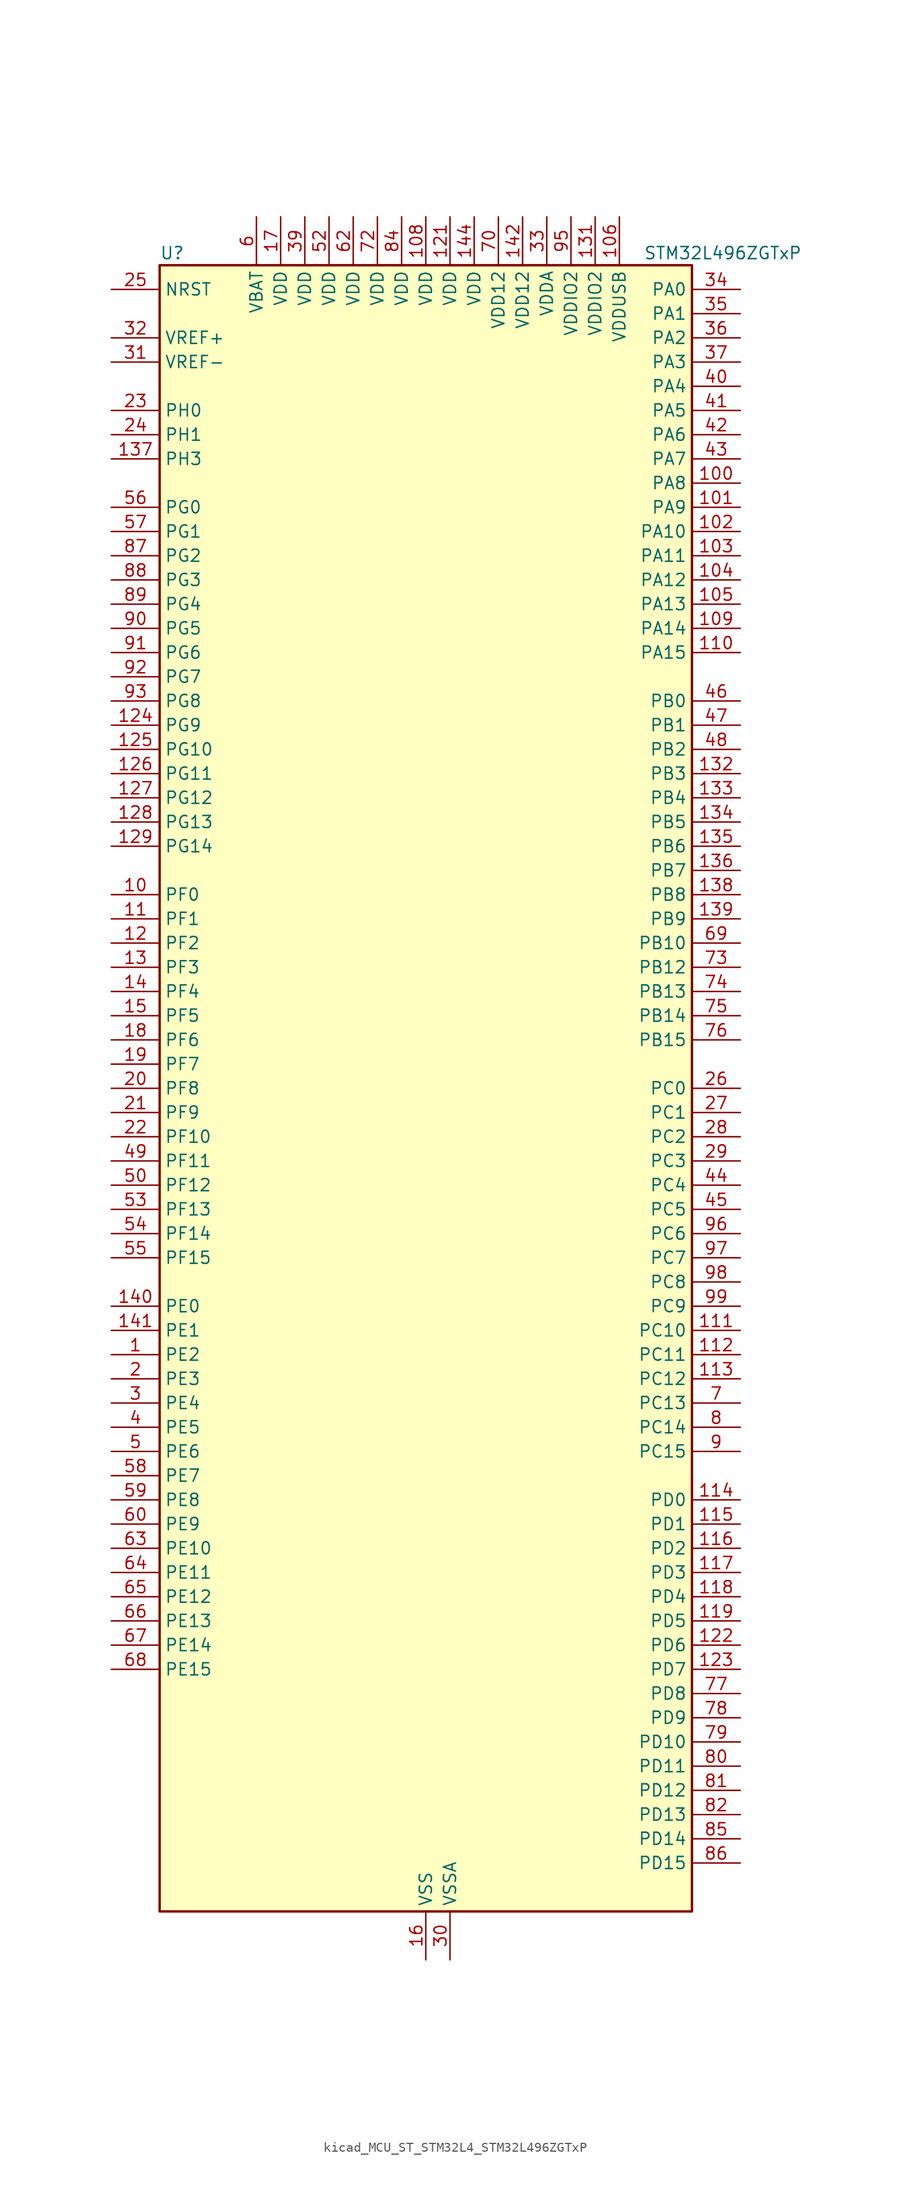
<source format=kicad_sym>
(kicad_symbol_lib
  (version 20220914)
  (generator kicad_symbol_editor)
  (symbol "kicad_MCU_ST_STM32L4_STM32L496ZGTxP"
    (property "Reference" "U"
      (at -27.94 87.63 0)
      (effects (font (size 1.27 1.27)) (justify left)))
    (property "Value" "STM32L496ZGTxP"
      (at 22.86 87.63 0)
      (effects (font (size 1.27 1.27)) (justify left)))
    (property "ki_locked" ""
      (at 0 0 0)
      (effects (font (size 1.27 1.27))))
    (symbol "kicad_MCU_ST_STM32L4_STM32L496ZGTxP_0_1"
      (rectangle (start -27.94 -86.36) (end 27.94 86.36) (stroke (width 0.254) (type default)) (fill (type background))))
    (symbol "kicad_MCU_ST_STM32L4_STM32L496ZGTxP_1_1"
      (pin bidirectional line (at -33.02 -27.94 0) (length 5.08) (name "PE2" (effects (font (size 1.27 1.27)))) (number "1" (effects (font (size 1.27 1.27)))) (alternate "FMC_A23" bidirectional line) (alternate "LCD_SEG38" bidirectional line) (alternate "SAI1_MCLK_A" bidirectional line) (alternate "SYS_TRACECLK" bidirectional line) (alternate "TIM3_ETR" bidirectional line) (alternate "TSC_G7_IO1" bidirectional line))
      (pin bidirectional line (at -33.02 20.32 0) (length 5.08) (name "PF0" (effects (font (size 1.27 1.27)))) (number "10" (effects (font (size 1.27 1.27)))) (alternate "FMC_A0" bidirectional line) (alternate "I2C2_SDA" bidirectional line))
      (pin bidirectional line (at 33.02 63.5 180) (length 5.08) (name "PA8" (effects (font (size 1.27 1.27)))) (number "100" (effects (font (size 1.27 1.27)))) (alternate "LCD_COM0" bidirectional line) (alternate "LPTIM2_OUT" bidirectional line) (alternate "RCC_MCO" bidirectional line) (alternate "SAI1_SCK_A" bidirectional line) (alternate "SWPMI1_IO" bidirectional line) (alternate "TIM1_CH1" bidirectional line) (alternate "USART1_CK" bidirectional line) (alternate "USB_OTG_FS_SOF" bidirectional line))
      (pin bidirectional line (at 33.02 60.96 180) (length 5.08) (name "PA9" (effects (font (size 1.27 1.27)))) (number "101" (effects (font (size 1.27 1.27)))) (alternate "DAC1_EXTI9" bidirectional line) (alternate "DCMI_D0" bidirectional line) (alternate "LCD_COM1" bidirectional line) (alternate "SAI1_FS_A" bidirectional line) (alternate "SPI2_SCK" bidirectional line) (alternate "TIM15_BKIN" bidirectional line) (alternate "TIM1_CH2" bidirectional line) (alternate "USART1_TX" bidirectional line) (alternate "USB_OTG_FS_VBUS" bidirectional line))
      (pin bidirectional line (at 33.02 58.42 180) (length 5.08) (name "PA10" (effects (font (size 1.27 1.27)))) (number "102" (effects (font (size 1.27 1.27)))) (alternate "DCMI_D1" bidirectional line) (alternate "LCD_COM2" bidirectional line) (alternate "SAI1_SD_A" bidirectional line) (alternate "TIM17_BKIN" bidirectional line) (alternate "TIM1_CH3" bidirectional line) (alternate "USART1_RX" bidirectional line) (alternate "USB_OTG_FS_ID" bidirectional line))
      (pin bidirectional line (at 33.02 55.88 180) (length 5.08) (name "PA11" (effects (font (size 1.27 1.27)))) (number "103" (effects (font (size 1.27 1.27)))) (alternate "ADC1_EXTI11" bidirectional line) (alternate "ADC2_EXTI11" bidirectional line) (alternate "ADC3_EXTI11" bidirectional line) (alternate "CAN1_RX" bidirectional line) (alternate "SPI1_MISO" bidirectional line) (alternate "TIM1_BKIN2" bidirectional line) (alternate "TIM1_BKIN2_COMP1" bidirectional line) (alternate "TIM1_CH4" bidirectional line) (alternate "USART1_CTS" bidirectional line) (alternate "USB_OTG_FS_DM" bidirectional line))
      (pin bidirectional line (at 33.02 53.34 180) (length 5.08) (name "PA12" (effects (font (size 1.27 1.27)))) (number "104" (effects (font (size 1.27 1.27)))) (alternate "CAN1_TX" bidirectional line) (alternate "SPI1_MOSI" bidirectional line) (alternate "TIM1_ETR" bidirectional line) (alternate "USART1_DE" bidirectional line) (alternate "USART1_RTS" bidirectional line) (alternate "USB_OTG_FS_DP" bidirectional line))
      (pin bidirectional line (at 33.02 50.8 180) (length 5.08) (name "PA13" (effects (font (size 1.27 1.27)))) (number "105" (effects (font (size 1.27 1.27)))) (alternate "IR_OUT" bidirectional line) (alternate "SAI1_SD_B" bidirectional line) (alternate "SWPMI1_TX" bidirectional line) (alternate "SYS_JTMS-SWDIO" bidirectional line) (alternate "USB_OTG_FS_NOE" bidirectional line))
      (pin power_in line (at 20.32 91.44 270) (length 5.08) (name "VDDUSB" (effects (font (size 1.27 1.27)))) (number "106" (effects (font (size 1.27 1.27)))))
      (pin passive line (at 0 -91.44 90) (length 5.08) hide (name "VSS" (effects (font (size 1.27 1.27)))) (number "107" (effects (font (size 1.27 1.27)))))
      (pin power_in line (at 0 91.44 270) (length 5.08) (name "VDD" (effects (font (size 1.27 1.27)))) (number "108" (effects (font (size 1.27 1.27)))))
      (pin bidirectional line (at 33.02 48.26 180) (length 5.08) (name "PA14" (effects (font (size 1.27 1.27)))) (number "109" (effects (font (size 1.27 1.27)))) (alternate "I2C1_SMBA" bidirectional line) (alternate "I2C4_SMBA" bidirectional line) (alternate "LPTIM1_OUT" bidirectional line) (alternate "SAI1_FS_B" bidirectional line) (alternate "SWPMI1_RX" bidirectional line) (alternate "SYS_JTCK-SWCLK" bidirectional line) (alternate "USB_OTG_FS_SOF" bidirectional line))
      (pin bidirectional line (at -33.02 17.78 0) (length 5.08) (name "PF1" (effects (font (size 1.27 1.27)))) (number "11" (effects (font (size 1.27 1.27)))) (alternate "FMC_A1" bidirectional line) (alternate "I2C2_SCL" bidirectional line))
      (pin bidirectional line (at 33.02 45.72 180) (length 5.08) (name "PA15" (effects (font (size 1.27 1.27)))) (number "110" (effects (font (size 1.27 1.27)))) (alternate "ADC1_EXTI15" bidirectional line) (alternate "ADC2_EXTI15" bidirectional line) (alternate "ADC3_EXTI15" bidirectional line) (alternate "LCD_SEG17" bidirectional line) (alternate "SAI2_FS_B" bidirectional line) (alternate "SPI1_NSS" bidirectional line) (alternate "SPI3_NSS" bidirectional line) (alternate "SWPMI1_SUSPEND" bidirectional line) (alternate "SYS_JTDI" bidirectional line) (alternate "TIM2_CH1" bidirectional line) (alternate "TIM2_ETR" bidirectional line) (alternate "TSC_G3_IO1" bidirectional line) (alternate "UART4_DE" bidirectional line) (alternate "UART4_RTS" bidirectional line) (alternate "USART2_RX" bidirectional line) (alternate "USART3_DE" bidirectional line) (alternate "USART3_RTS" bidirectional line))
      (pin bidirectional line (at 33.02 -25.4 180) (length 5.08) (name "PC10" (effects (font (size 1.27 1.27)))) (number "111" (effects (font (size 1.27 1.27)))) (alternate "DCMI_D8" bidirectional line) (alternate "LCD_COM4" bidirectional line) (alternate "LCD_SEG28" bidirectional line) (alternate "LCD_SEG40" bidirectional line) (alternate "SAI2_SCK_B" bidirectional line) (alternate "SDMMC1_D2" bidirectional line) (alternate "SPI3_SCK" bidirectional line) (alternate "SYS_TRACED1" bidirectional line) (alternate "TSC_G3_IO2" bidirectional line) (alternate "UART4_TX" bidirectional line) (alternate "USART3_TX" bidirectional line))
      (pin bidirectional line (at 33.02 -27.94 180) (length 5.08) (name "PC11" (effects (font (size 1.27 1.27)))) (number "112" (effects (font (size 1.27 1.27)))) (alternate "ADC1_EXTI11" bidirectional line) (alternate "ADC2_EXTI11" bidirectional line) (alternate "ADC3_EXTI11" bidirectional line) (alternate "DCMI_D4" bidirectional line) (alternate "LCD_COM5" bidirectional line) (alternate "LCD_SEG29" bidirectional line) (alternate "LCD_SEG41" bidirectional line) (alternate "QUADSPI_BK2_NCS" bidirectional line) (alternate "SAI2_MCLK_B" bidirectional line) (alternate "SDMMC1_D3" bidirectional line) (alternate "SPI3_MISO" bidirectional line) (alternate "TSC_G3_IO3" bidirectional line) (alternate "UART4_RX" bidirectional line) (alternate "USART3_RX" bidirectional line))
      (pin bidirectional line (at 33.02 -30.48 180) (length 5.08) (name "PC12" (effects (font (size 1.27 1.27)))) (number "113" (effects (font (size 1.27 1.27)))) (alternate "DCMI_D9" bidirectional line) (alternate "LCD_COM6" bidirectional line) (alternate "LCD_SEG30" bidirectional line) (alternate "LCD_SEG42" bidirectional line) (alternate "SAI2_SD_B" bidirectional line) (alternate "SDMMC1_CK" bidirectional line) (alternate "SPI3_MOSI" bidirectional line) (alternate "SYS_TRACED3" bidirectional line) (alternate "TSC_G3_IO4" bidirectional line) (alternate "UART5_TX" bidirectional line) (alternate "USART3_CK" bidirectional line))
      (pin bidirectional line (at 33.02 -43.18 180) (length 5.08) (name "PD0" (effects (font (size 1.27 1.27)))) (number "114" (effects (font (size 1.27 1.27)))) (alternate "CAN1_RX" bidirectional line) (alternate "DFSDM1_DATIN7" bidirectional line) (alternate "FMC_D2" bidirectional line) (alternate "FMC_DA2" bidirectional line) (alternate "SPI2_NSS" bidirectional line))
      (pin bidirectional line (at 33.02 -45.72 180) (length 5.08) (name "PD1" (effects (font (size 1.27 1.27)))) (number "115" (effects (font (size 1.27 1.27)))) (alternate "CAN1_TX" bidirectional line) (alternate "DFSDM1_CKIN7" bidirectional line) (alternate "FMC_D3" bidirectional line) (alternate "FMC_DA3" bidirectional line) (alternate "SPI2_SCK" bidirectional line))
      (pin bidirectional line (at 33.02 -48.26 180) (length 5.08) (name "PD2" (effects (font (size 1.27 1.27)))) (number "116" (effects (font (size 1.27 1.27)))) (alternate "DCMI_D11" bidirectional line) (alternate "LCD_COM7" bidirectional line) (alternate "LCD_SEG31" bidirectional line) (alternate "LCD_SEG43" bidirectional line) (alternate "SDMMC1_CMD" bidirectional line) (alternate "SYS_TRACED2" bidirectional line) (alternate "TIM3_ETR" bidirectional line) (alternate "TSC_SYNC" bidirectional line) (alternate "UART5_RX" bidirectional line) (alternate "USART3_DE" bidirectional line) (alternate "USART3_RTS" bidirectional line))
      (pin bidirectional line (at 33.02 -50.8 180) (length 5.08) (name "PD3" (effects (font (size 1.27 1.27)))) (number "117" (effects (font (size 1.27 1.27)))) (alternate "DCMI_D5" bidirectional line) (alternate "DFSDM1_DATIN0" bidirectional line) (alternate "FMC_CLK" bidirectional line) (alternate "QUADSPI_BK2_NCS" bidirectional line) (alternate "SPI2_MISO" bidirectional line) (alternate "SPI2_SCK" bidirectional line) (alternate "USART2_CTS" bidirectional line))
      (pin bidirectional line (at 33.02 -53.34 180) (length 5.08) (name "PD4" (effects (font (size 1.27 1.27)))) (number "118" (effects (font (size 1.27 1.27)))) (alternate "DFSDM1_CKIN0" bidirectional line) (alternate "FMC_NOE" bidirectional line) (alternate "QUADSPI_BK2_IO0" bidirectional line) (alternate "SPI2_MOSI" bidirectional line) (alternate "USART2_DE" bidirectional line) (alternate "USART2_RTS" bidirectional line))
      (pin bidirectional line (at 33.02 -55.88 180) (length 5.08) (name "PD5" (effects (font (size 1.27 1.27)))) (number "119" (effects (font (size 1.27 1.27)))) (alternate "FMC_NWE" bidirectional line) (alternate "QUADSPI_BK2_IO1" bidirectional line) (alternate "USART2_TX" bidirectional line))
      (pin bidirectional line (at -33.02 15.24 0) (length 5.08) (name "PF2" (effects (font (size 1.27 1.27)))) (number "12" (effects (font (size 1.27 1.27)))) (alternate "FMC_A2" bidirectional line) (alternate "I2C2_SMBA" bidirectional line))
      (pin passive line (at 0 -91.44 90) (length 5.08) hide (name "VSS" (effects (font (size 1.27 1.27)))) (number "120" (effects (font (size 1.27 1.27)))))
      (pin power_in line (at 2.54 91.44 270) (length 5.08) (name "VDD" (effects (font (size 1.27 1.27)))) (number "121" (effects (font (size 1.27 1.27)))))
      (pin bidirectional line (at 33.02 -58.42 180) (length 5.08) (name "PD6" (effects (font (size 1.27 1.27)))) (number "122" (effects (font (size 1.27 1.27)))) (alternate "DCMI_D10" bidirectional line) (alternate "DFSDM1_DATIN1" bidirectional line) (alternate "FMC_NWAIT" bidirectional line) (alternate "QUADSPI_BK2_IO1" bidirectional line) (alternate "QUADSPI_BK2_IO2" bidirectional line) (alternate "SAI1_SD_A" bidirectional line) (alternate "USART2_RX" bidirectional line))
      (pin bidirectional line (at 33.02 -60.96 180) (length 5.08) (name "PD7" (effects (font (size 1.27 1.27)))) (number "123" (effects (font (size 1.27 1.27)))) (alternate "DFSDM1_CKIN1" bidirectional line) (alternate "FMC_NE1" bidirectional line) (alternate "QUADSPI_BK2_IO3" bidirectional line) (alternate "USART2_CK" bidirectional line))
      (pin bidirectional line (at -33.02 38.1 0) (length 5.08) (name "PG9" (effects (font (size 1.27 1.27)))) (number "124" (effects (font (size 1.27 1.27)))) (alternate "DAC1_EXTI9" bidirectional line) (alternate "FMC_NCE" bidirectional line) (alternate "FMC_NE2" bidirectional line) (alternate "SAI2_SCK_A" bidirectional line) (alternate "SPI3_SCK" bidirectional line) (alternate "TIM15_CH1N" bidirectional line) (alternate "USART1_TX" bidirectional line))
      (pin bidirectional line (at -33.02 35.56 0) (length 5.08) (name "PG10" (effects (font (size 1.27 1.27)))) (number "125" (effects (font (size 1.27 1.27)))) (alternate "FMC_NE3" bidirectional line) (alternate "LPTIM1_IN1" bidirectional line) (alternate "SAI2_FS_A" bidirectional line) (alternate "SPI3_MISO" bidirectional line) (alternate "TIM15_CH1" bidirectional line) (alternate "USART1_RX" bidirectional line))
      (pin bidirectional line (at -33.02 33.02 0) (length 5.08) (name "PG11" (effects (font (size 1.27 1.27)))) (number "126" (effects (font (size 1.27 1.27)))) (alternate "ADC1_EXTI11" bidirectional line) (alternate "ADC2_EXTI11" bidirectional line) (alternate "ADC3_EXTI11" bidirectional line) (alternate "LPTIM1_IN2" bidirectional line) (alternate "SAI2_MCLK_A" bidirectional line) (alternate "SPI3_MOSI" bidirectional line) (alternate "TIM15_CH2" bidirectional line) (alternate "USART1_CTS" bidirectional line))
      (pin bidirectional line (at -33.02 30.48 0) (length 5.08) (name "PG12" (effects (font (size 1.27 1.27)))) (number "127" (effects (font (size 1.27 1.27)))) (alternate "FMC_NE4" bidirectional line) (alternate "LPTIM1_ETR" bidirectional line) (alternate "SAI2_SD_A" bidirectional line) (alternate "SPI3_NSS" bidirectional line) (alternate "USART1_DE" bidirectional line) (alternate "USART1_RTS" bidirectional line))
      (pin bidirectional line (at -33.02 27.94 0) (length 5.08) (name "PG13" (effects (font (size 1.27 1.27)))) (number "128" (effects (font (size 1.27 1.27)))) (alternate "FMC_A24" bidirectional line) (alternate "I2C1_SDA" bidirectional line) (alternate "USART1_CK" bidirectional line))
      (pin bidirectional line (at -33.02 25.4 0) (length 5.08) (name "PG14" (effects (font (size 1.27 1.27)))) (number "129" (effects (font (size 1.27 1.27)))) (alternate "FMC_A25" bidirectional line) (alternate "I2C1_SCL" bidirectional line))
      (pin bidirectional line (at -33.02 12.7 0) (length 5.08) (name "PF3" (effects (font (size 1.27 1.27)))) (number "13" (effects (font (size 1.27 1.27)))) (alternate "ADC3_IN6" bidirectional line) (alternate "FMC_A3" bidirectional line))
      (pin passive line (at 0 -91.44 90) (length 5.08) hide (name "VSS" (effects (font (size 1.27 1.27)))) (number "130" (effects (font (size 1.27 1.27)))))
      (pin power_in line (at 17.78 91.44 270) (length 5.08) (name "VDDIO2" (effects (font (size 1.27 1.27)))) (number "131" (effects (font (size 1.27 1.27)))))
      (pin bidirectional line (at 33.02 33.02 180) (length 5.08) (name "PB3" (effects (font (size 1.27 1.27)))) (number "132" (effects (font (size 1.27 1.27)))) (alternate "COMP2_INM" bidirectional line) (alternate "CRS_SYNC" bidirectional line) (alternate "LCD_SEG7" bidirectional line) (alternate "SAI1_SCK_B" bidirectional line) (alternate "SPI1_SCK" bidirectional line) (alternate "SPI3_SCK" bidirectional line) (alternate "SYS_JTDO-SWO" bidirectional line) (alternate "TIM2_CH2" bidirectional line) (alternate "USART1_DE" bidirectional line) (alternate "USART1_RTS" bidirectional line))
      (pin bidirectional line (at 33.02 30.48 180) (length 5.08) (name "PB4" (effects (font (size 1.27 1.27)))) (number "133" (effects (font (size 1.27 1.27)))) (alternate "COMP2_INP" bidirectional line) (alternate "DCMI_D12" bidirectional line) (alternate "I2C3_SDA" bidirectional line) (alternate "LCD_SEG8" bidirectional line) (alternate "SAI1_MCLK_B" bidirectional line) (alternate "SPI1_MISO" bidirectional line) (alternate "SPI3_MISO" bidirectional line) (alternate "SYS_JTRST" bidirectional line) (alternate "TIM17_BKIN" bidirectional line) (alternate "TIM3_CH1" bidirectional line) (alternate "TSC_G2_IO1" bidirectional line) (alternate "UART5_DE" bidirectional line) (alternate "UART5_RTS" bidirectional line) (alternate "USART1_CTS" bidirectional line))
      (pin bidirectional line (at 33.02 27.94 180) (length 5.08) (name "PB5" (effects (font (size 1.27 1.27)))) (number "134" (effects (font (size 1.27 1.27)))) (alternate "CAN2_RX" bidirectional line) (alternate "COMP2_OUT" bidirectional line) (alternate "DCMI_D10" bidirectional line) (alternate "I2C1_SMBA" bidirectional line) (alternate "LCD_SEG9" bidirectional line) (alternate "LPTIM1_IN1" bidirectional line) (alternate "SAI1_SD_B" bidirectional line) (alternate "SPI1_MOSI" bidirectional line) (alternate "SPI3_MOSI" bidirectional line) (alternate "TIM16_BKIN" bidirectional line) (alternate "TIM3_CH2" bidirectional line) (alternate "TSC_G2_IO2" bidirectional line) (alternate "UART5_CTS" bidirectional line) (alternate "USART1_CK" bidirectional line))
      (pin bidirectional line (at 33.02 25.4 180) (length 5.08) (name "PB6" (effects (font (size 1.27 1.27)))) (number "135" (effects (font (size 1.27 1.27)))) (alternate "CAN2_TX" bidirectional line) (alternate "COMP2_INP" bidirectional line) (alternate "DCMI_D5" bidirectional line) (alternate "DFSDM1_DATIN5" bidirectional line) (alternate "I2C1_SCL" bidirectional line) (alternate "I2C4_SCL" bidirectional line) (alternate "LPTIM1_ETR" bidirectional line) (alternate "SAI1_FS_B" bidirectional line) (alternate "TIM16_CH1N" bidirectional line) (alternate "TIM4_CH1" bidirectional line) (alternate "TIM8_BKIN2" bidirectional line) (alternate "TIM8_BKIN2_COMP2" bidirectional line) (alternate "TSC_G2_IO3" bidirectional line) (alternate "USART1_TX" bidirectional line))
      (pin bidirectional line (at 33.02 22.86 180) (length 5.08) (name "PB7" (effects (font (size 1.27 1.27)))) (number "136" (effects (font (size 1.27 1.27)))) (alternate "COMP2_INM" bidirectional line) (alternate "DCMI_VSYNC" bidirectional line) (alternate "DFSDM1_CKIN5" bidirectional line) (alternate "FMC_NL" bidirectional line) (alternate "I2C1_SDA" bidirectional line) (alternate "I2C4_SDA" bidirectional line) (alternate "LCD_SEG21" bidirectional line) (alternate "LPTIM1_IN2" bidirectional line) (alternate "SYS_PVD_IN" bidirectional line) (alternate "TIM17_CH1N" bidirectional line) (alternate "TIM4_CH2" bidirectional line) (alternate "TIM8_BKIN" bidirectional line) (alternate "TIM8_BKIN_COMP1" bidirectional line) (alternate "TSC_G2_IO4" bidirectional line) (alternate "UART4_CTS" bidirectional line) (alternate "USART1_RX" bidirectional line))
      (pin bidirectional line (at -33.02 66.04 0) (length 5.08) (name "PH3" (effects (font (size 1.27 1.27)))) (number "137" (effects (font (size 1.27 1.27)))))
      (pin bidirectional line (at 33.02 20.32 180) (length 5.08) (name "PB8" (effects (font (size 1.27 1.27)))) (number "138" (effects (font (size 1.27 1.27)))) (alternate "CAN1_RX" bidirectional line) (alternate "DCMI_D6" bidirectional line) (alternate "DFSDM1_DATIN6" bidirectional line) (alternate "I2C1_SCL" bidirectional line) (alternate "LCD_SEG16" bidirectional line) (alternate "SAI1_MCLK_A" bidirectional line) (alternate "SDMMC1_D4" bidirectional line) (alternate "TIM16_CH1" bidirectional line) (alternate "TIM4_CH3" bidirectional line))
      (pin bidirectional line (at 33.02 17.78 180) (length 5.08) (name "PB9" (effects (font (size 1.27 1.27)))) (number "139" (effects (font (size 1.27 1.27)))) (alternate "CAN1_TX" bidirectional line) (alternate "DAC1_EXTI9" bidirectional line) (alternate "DCMI_D7" bidirectional line) (alternate "DFSDM1_CKIN6" bidirectional line) (alternate "I2C1_SDA" bidirectional line) (alternate "IR_OUT" bidirectional line) (alternate "LCD_COM3" bidirectional line) (alternate "SAI1_FS_A" bidirectional line) (alternate "SDMMC1_D5" bidirectional line) (alternate "SPI2_NSS" bidirectional line) (alternate "TIM17_CH1" bidirectional line) (alternate "TIM4_CH4" bidirectional line))
      (pin bidirectional line (at -33.02 10.16 0) (length 5.08) (name "PF4" (effects (font (size 1.27 1.27)))) (number "14" (effects (font (size 1.27 1.27)))) (alternate "ADC3_IN7" bidirectional line) (alternate "FMC_A4" bidirectional line))
      (pin bidirectional line (at -33.02 -22.86 0) (length 5.08) (name "PE0" (effects (font (size 1.27 1.27)))) (number "140" (effects (font (size 1.27 1.27)))) (alternate "DCMI_D2" bidirectional line) (alternate "FMC_NBL0" bidirectional line) (alternate "LCD_SEG36" bidirectional line) (alternate "TIM16_CH1" bidirectional line) (alternate "TIM4_ETR" bidirectional line))
      (pin bidirectional line (at -33.02 -25.4 0) (length 5.08) (name "PE1" (effects (font (size 1.27 1.27)))) (number "141" (effects (font (size 1.27 1.27)))) (alternate "DCMI_D3" bidirectional line) (alternate "FMC_NBL1" bidirectional line) (alternate "LCD_SEG37" bidirectional line) (alternate "TIM17_CH1" bidirectional line))
      (pin power_in line (at 10.16 91.44 270) (length 5.08) (name "VDD12" (effects (font (size 1.27 1.27)))) (number "142" (effects (font (size 1.27 1.27)))))
      (pin passive line (at 0 -91.44 90) (length 5.08) hide (name "VSS" (effects (font (size 1.27 1.27)))) (number "143" (effects (font (size 1.27 1.27)))))
      (pin power_in line (at 5.08 91.44 270) (length 5.08) (name "VDD" (effects (font (size 1.27 1.27)))) (number "144" (effects (font (size 1.27 1.27)))))
      (pin bidirectional line (at -33.02 7.62 0) (length 5.08) (name "PF5" (effects (font (size 1.27 1.27)))) (number "15" (effects (font (size 1.27 1.27)))) (alternate "ADC3_IN8" bidirectional line) (alternate "FMC_A5" bidirectional line))
      (pin power_in line (at 0 -91.44 90) (length 5.08) (name "VSS" (effects (font (size 1.27 1.27)))) (number "16" (effects (font (size 1.27 1.27)))))
      (pin power_in line (at -15.24 91.44 270) (length 5.08) (name "VDD" (effects (font (size 1.27 1.27)))) (number "17" (effects (font (size 1.27 1.27)))))
      (pin bidirectional line (at -33.02 5.08 0) (length 5.08) (name "PF6" (effects (font (size 1.27 1.27)))) (number "18" (effects (font (size 1.27 1.27)))) (alternate "ADC3_IN9" bidirectional line) (alternate "QUADSPI_BK1_IO3" bidirectional line) (alternate "SAI1_SD_B" bidirectional line) (alternate "TIM5_CH1" bidirectional line) (alternate "TIM5_ETR" bidirectional line))
      (pin bidirectional line (at -33.02 2.54 0) (length 5.08) (name "PF7" (effects (font (size 1.27 1.27)))) (number "19" (effects (font (size 1.27 1.27)))) (alternate "ADC3_IN10" bidirectional line) (alternate "QUADSPI_BK1_IO2" bidirectional line) (alternate "SAI1_MCLK_B" bidirectional line) (alternate "TIM5_CH2" bidirectional line))
      (pin bidirectional line (at -33.02 -30.48 0) (length 5.08) (name "PE3" (effects (font (size 1.27 1.27)))) (number "2" (effects (font (size 1.27 1.27)))) (alternate "FMC_A19" bidirectional line) (alternate "LCD_SEG39" bidirectional line) (alternate "SAI1_SD_B" bidirectional line) (alternate "SYS_TRACED0" bidirectional line) (alternate "TIM3_CH1" bidirectional line) (alternate "TSC_G7_IO2" bidirectional line))
      (pin bidirectional line (at -33.02 0 0) (length 5.08) (name "PF8" (effects (font (size 1.27 1.27)))) (number "20" (effects (font (size 1.27 1.27)))) (alternate "ADC3_IN11" bidirectional line) (alternate "QUADSPI_BK1_IO0" bidirectional line) (alternate "SAI1_SCK_B" bidirectional line) (alternate "TIM5_CH3" bidirectional line))
      (pin bidirectional line (at -33.02 -2.54 0) (length 5.08) (name "PF9" (effects (font (size 1.27 1.27)))) (number "21" (effects (font (size 1.27 1.27)))) (alternate "ADC3_IN12" bidirectional line) (alternate "DAC1_EXTI9" bidirectional line) (alternate "QUADSPI_BK1_IO1" bidirectional line) (alternate "SAI1_FS_B" bidirectional line) (alternate "TIM15_CH1" bidirectional line) (alternate "TIM5_CH4" bidirectional line))
      (pin bidirectional line (at -33.02 -5.08 0) (length 5.08) (name "PF10" (effects (font (size 1.27 1.27)))) (number "22" (effects (font (size 1.27 1.27)))) (alternate "ADC3_IN13" bidirectional line) (alternate "DCMI_D11" bidirectional line) (alternate "QUADSPI_CLK" bidirectional line) (alternate "TIM15_CH2" bidirectional line))
      (pin bidirectional line (at -33.02 71.12 0) (length 5.08) (name "PH0" (effects (font (size 1.27 1.27)))) (number "23" (effects (font (size 1.27 1.27)))) (alternate "RCC_OSC_IN" bidirectional line))
      (pin bidirectional line (at -33.02 68.58 0) (length 5.08) (name "PH1" (effects (font (size 1.27 1.27)))) (number "24" (effects (font (size 1.27 1.27)))) (alternate "RCC_OSC_OUT" bidirectional line))
      (pin input line (at -33.02 83.82 0) (length 5.08) (name "NRST" (effects (font (size 1.27 1.27)))) (number "25" (effects (font (size 1.27 1.27)))))
      (pin bidirectional line (at 33.02 0 180) (length 5.08) (name "PC0" (effects (font (size 1.27 1.27)))) (number "26" (effects (font (size 1.27 1.27)))) (alternate "ADC1_IN1" bidirectional line) (alternate "ADC2_IN1" bidirectional line) (alternate "ADC3_IN1" bidirectional line) (alternate "DFSDM1_DATIN4" bidirectional line) (alternate "I2C3_SCL" bidirectional line) (alternate "I2C4_SCL" bidirectional line) (alternate "LCD_SEG18" bidirectional line) (alternate "LPTIM1_IN1" bidirectional line) (alternate "LPTIM2_IN1" bidirectional line) (alternate "LPUART1_RX" bidirectional line))
      (pin bidirectional line (at 33.02 -2.54 180) (length 5.08) (name "PC1" (effects (font (size 1.27 1.27)))) (number "27" (effects (font (size 1.27 1.27)))) (alternate "ADC1_IN2" bidirectional line) (alternate "ADC2_IN2" bidirectional line) (alternate "ADC3_IN2" bidirectional line) (alternate "DFSDM1_CKIN4" bidirectional line) (alternate "I2C3_SDA" bidirectional line) (alternate "I2C4_SDA" bidirectional line) (alternate "LCD_SEG19" bidirectional line) (alternate "LPTIM1_OUT" bidirectional line) (alternate "LPUART1_TX" bidirectional line) (alternate "QUADSPI_BK2_IO0" bidirectional line) (alternate "SAI1_SD_A" bidirectional line) (alternate "SPI2_MOSI" bidirectional line) (alternate "SYS_TRACED0" bidirectional line))
      (pin bidirectional line (at 33.02 -5.08 180) (length 5.08) (name "PC2" (effects (font (size 1.27 1.27)))) (number "28" (effects (font (size 1.27 1.27)))) (alternate "ADC1_IN3" bidirectional line) (alternate "ADC2_IN3" bidirectional line) (alternate "ADC3_IN3" bidirectional line) (alternate "DFSDM1_CKOUT" bidirectional line) (alternate "LCD_SEG20" bidirectional line) (alternate "LPTIM1_IN2" bidirectional line) (alternate "QUADSPI_BK2_IO1" bidirectional line) (alternate "SPI2_MISO" bidirectional line))
      (pin bidirectional line (at 33.02 -7.62 180) (length 5.08) (name "PC3" (effects (font (size 1.27 1.27)))) (number "29" (effects (font (size 1.27 1.27)))) (alternate "ADC1_IN4" bidirectional line) (alternate "ADC2_IN4" bidirectional line) (alternate "ADC3_IN4" bidirectional line) (alternate "LCD_VLCD" bidirectional line) (alternate "LPTIM1_ETR" bidirectional line) (alternate "LPTIM2_ETR" bidirectional line) (alternate "QUADSPI_BK2_IO2" bidirectional line) (alternate "SAI1_SD_A" bidirectional line) (alternate "SPI2_MOSI" bidirectional line))
      (pin bidirectional line (at -33.02 -33.02 0) (length 5.08) (name "PE4" (effects (font (size 1.27 1.27)))) (number "3" (effects (font (size 1.27 1.27)))) (alternate "DCMI_D4" bidirectional line) (alternate "DFSDM1_DATIN3" bidirectional line) (alternate "FMC_A20" bidirectional line) (alternate "SAI1_FS_A" bidirectional line) (alternate "SYS_TRACED1" bidirectional line) (alternate "TIM3_CH2" bidirectional line) (alternate "TSC_G7_IO3" bidirectional line))
      (pin power_in line (at 2.54 -91.44 90) (length 5.08) (name "VSSA" (effects (font (size 1.27 1.27)))) (number "30" (effects (font (size 1.27 1.27)))))
      (pin input line (at -33.02 76.2 0) (length 5.08) (name "VREF-" (effects (font (size 1.27 1.27)))) (number "31" (effects (font (size 1.27 1.27)))))
      (pin input line (at -33.02 78.74 0) (length 5.08) (name "VREF+" (effects (font (size 1.27 1.27)))) (number "32" (effects (font (size 1.27 1.27)))) (alternate "VREFBUF_OUT" bidirectional line))
      (pin power_in line (at 12.7 91.44 270) (length 5.08) (name "VDDA" (effects (font (size 1.27 1.27)))) (number "33" (effects (font (size 1.27 1.27)))))
      (pin bidirectional line (at 33.02 83.82 180) (length 5.08) (name "PA0" (effects (font (size 1.27 1.27)))) (number "34" (effects (font (size 1.27 1.27)))) (alternate "ADC1_IN5" bidirectional line) (alternate "ADC2_IN5" bidirectional line) (alternate "OPAMP1_VINP" bidirectional line) (alternate "RTC_TAMP2" bidirectional line) (alternate "SAI1_EXTCLK" bidirectional line) (alternate "SYS_WKUP1" bidirectional line) (alternate "TIM2_CH1" bidirectional line) (alternate "TIM2_ETR" bidirectional line) (alternate "TIM5_CH1" bidirectional line) (alternate "TIM8_ETR" bidirectional line) (alternate "UART4_TX" bidirectional line) (alternate "USART2_CTS" bidirectional line))
      (pin bidirectional line (at 33.02 81.28 180) (length 5.08) (name "PA1" (effects (font (size 1.27 1.27)))) (number "35" (effects (font (size 1.27 1.27)))) (alternate "ADC1_IN6" bidirectional line) (alternate "ADC2_IN6" bidirectional line) (alternate "I2C1_SMBA" bidirectional line) (alternate "LCD_SEG0" bidirectional line) (alternate "OPAMP1_VINM" bidirectional line) (alternate "SPI1_SCK" bidirectional line) (alternate "TIM15_CH1N" bidirectional line) (alternate "TIM2_CH2" bidirectional line) (alternate "TIM5_CH2" bidirectional line) (alternate "UART4_RX" bidirectional line) (alternate "USART2_DE" bidirectional line) (alternate "USART2_RTS" bidirectional line))
      (pin bidirectional line (at 33.02 78.74 180) (length 5.08) (name "PA2" (effects (font (size 1.27 1.27)))) (number "36" (effects (font (size 1.27 1.27)))) (alternate "ADC1_IN7" bidirectional line) (alternate "ADC2_IN7" bidirectional line) (alternate "LCD_SEG1" bidirectional line) (alternate "LPUART1_TX" bidirectional line) (alternate "QUADSPI_BK1_NCS" bidirectional line) (alternate "RCC_LSCO" bidirectional line) (alternate "SAI2_EXTCLK" bidirectional line) (alternate "SYS_WKUP4" bidirectional line) (alternate "TIM15_CH1" bidirectional line) (alternate "TIM2_CH3" bidirectional line) (alternate "TIM5_CH3" bidirectional line) (alternate "USART2_TX" bidirectional line))
      (pin bidirectional line (at 33.02 76.2 180) (length 5.08) (name "PA3" (effects (font (size 1.27 1.27)))) (number "37" (effects (font (size 1.27 1.27)))) (alternate "ADC1_IN8" bidirectional line) (alternate "ADC2_IN8" bidirectional line) (alternate "LCD_SEG2" bidirectional line) (alternate "LPUART1_RX" bidirectional line) (alternate "OPAMP1_VOUT" bidirectional line) (alternate "QUADSPI_CLK" bidirectional line) (alternate "SAI1_MCLK_A" bidirectional line) (alternate "TIM15_CH2" bidirectional line) (alternate "TIM2_CH4" bidirectional line) (alternate "TIM5_CH4" bidirectional line) (alternate "USART2_RX" bidirectional line))
      (pin passive line (at 0 -91.44 90) (length 5.08) hide (name "VSS" (effects (font (size 1.27 1.27)))) (number "38" (effects (font (size 1.27 1.27)))))
      (pin power_in line (at -12.7 91.44 270) (length 5.08) (name "VDD" (effects (font (size 1.27 1.27)))) (number "39" (effects (font (size 1.27 1.27)))))
      (pin bidirectional line (at -33.02 -35.56 0) (length 5.08) (name "PE5" (effects (font (size 1.27 1.27)))) (number "4" (effects (font (size 1.27 1.27)))) (alternate "DCMI_D6" bidirectional line) (alternate "DFSDM1_CKIN3" bidirectional line) (alternate "FMC_A21" bidirectional line) (alternate "SAI1_SCK_A" bidirectional line) (alternate "SYS_TRACED2" bidirectional line) (alternate "TIM3_CH3" bidirectional line) (alternate "TSC_G7_IO4" bidirectional line))
      (pin bidirectional line (at 33.02 73.66 180) (length 5.08) (name "PA4" (effects (font (size 1.27 1.27)))) (number "40" (effects (font (size 1.27 1.27)))) (alternate "ADC1_IN9" bidirectional line) (alternate "ADC2_IN9" bidirectional line) (alternate "DAC1_OUT1" bidirectional line) (alternate "DCMI_HSYNC" bidirectional line) (alternate "LPTIM2_OUT" bidirectional line) (alternate "SAI1_FS_B" bidirectional line) (alternate "SPI1_NSS" bidirectional line) (alternate "SPI3_NSS" bidirectional line) (alternate "USART2_CK" bidirectional line))
      (pin bidirectional line (at 33.02 71.12 180) (length 5.08) (name "PA5" (effects (font (size 1.27 1.27)))) (number "41" (effects (font (size 1.27 1.27)))) (alternate "ADC1_IN10" bidirectional line) (alternate "ADC2_IN10" bidirectional line) (alternate "DAC1_OUT2" bidirectional line) (alternate "LPTIM2_ETR" bidirectional line) (alternate "SPI1_SCK" bidirectional line) (alternate "TIM2_CH1" bidirectional line) (alternate "TIM2_ETR" bidirectional line) (alternate "TIM8_CH1N" bidirectional line))
      (pin bidirectional line (at 33.02 68.58 180) (length 5.08) (name "PA6" (effects (font (size 1.27 1.27)))) (number "42" (effects (font (size 1.27 1.27)))) (alternate "ADC1_IN11" bidirectional line) (alternate "ADC2_IN11" bidirectional line) (alternate "DCMI_PIXCLK" bidirectional line) (alternate "LCD_SEG3" bidirectional line) (alternate "LPUART1_CTS" bidirectional line) (alternate "OPAMP2_VINP" bidirectional line) (alternate "QUADSPI_BK1_IO3" bidirectional line) (alternate "SPI1_MISO" bidirectional line) (alternate "TIM16_CH1" bidirectional line) (alternate "TIM1_BKIN" bidirectional line) (alternate "TIM1_BKIN_COMP2" bidirectional line) (alternate "TIM3_CH1" bidirectional line) (alternate "TIM8_BKIN" bidirectional line) (alternate "TIM8_BKIN_COMP2" bidirectional line) (alternate "USART3_CTS" bidirectional line))
      (pin bidirectional line (at 33.02 66.04 180) (length 5.08) (name "PA7" (effects (font (size 1.27 1.27)))) (number "43" (effects (font (size 1.27 1.27)))) (alternate "ADC1_IN12" bidirectional line) (alternate "ADC2_IN12" bidirectional line) (alternate "I2C3_SCL" bidirectional line) (alternate "LCD_SEG4" bidirectional line) (alternate "OPAMP2_VINM" bidirectional line) (alternate "QUADSPI_BK1_IO2" bidirectional line) (alternate "SPI1_MOSI" bidirectional line) (alternate "TIM17_CH1" bidirectional line) (alternate "TIM1_CH1N" bidirectional line) (alternate "TIM3_CH2" bidirectional line) (alternate "TIM8_CH1N" bidirectional line))
      (pin bidirectional line (at 33.02 -10.16 180) (length 5.08) (name "PC4" (effects (font (size 1.27 1.27)))) (number "44" (effects (font (size 1.27 1.27)))) (alternate "ADC1_IN13" bidirectional line) (alternate "ADC2_IN13" bidirectional line) (alternate "COMP1_INM" bidirectional line) (alternate "LCD_SEG22" bidirectional line) (alternate "QUADSPI_BK2_IO3" bidirectional line) (alternate "USART3_TX" bidirectional line))
      (pin bidirectional line (at 33.02 -12.7 180) (length 5.08) (name "PC5" (effects (font (size 1.27 1.27)))) (number "45" (effects (font (size 1.27 1.27)))) (alternate "ADC1_IN14" bidirectional line) (alternate "ADC2_IN14" bidirectional line) (alternate "COMP1_INP" bidirectional line) (alternate "LCD_SEG23" bidirectional line) (alternate "SYS_WKUP5" bidirectional line) (alternate "USART3_RX" bidirectional line))
      (pin bidirectional line (at 33.02 40.64 180) (length 5.08) (name "PB0" (effects (font (size 1.27 1.27)))) (number "46" (effects (font (size 1.27 1.27)))) (alternate "ADC1_IN15" bidirectional line) (alternate "ADC2_IN15" bidirectional line) (alternate "COMP1_OUT" bidirectional line) (alternate "LCD_SEG5" bidirectional line) (alternate "OPAMP2_VOUT" bidirectional line) (alternate "QUADSPI_BK1_IO1" bidirectional line) (alternate "SAI1_EXTCLK" bidirectional line) (alternate "SPI1_NSS" bidirectional line) (alternate "TIM1_CH2N" bidirectional line) (alternate "TIM3_CH3" bidirectional line) (alternate "TIM8_CH2N" bidirectional line) (alternate "USART3_CK" bidirectional line))
      (pin bidirectional line (at 33.02 38.1 180) (length 5.08) (name "PB1" (effects (font (size 1.27 1.27)))) (number "47" (effects (font (size 1.27 1.27)))) (alternate "ADC1_IN16" bidirectional line) (alternate "ADC2_IN16" bidirectional line) (alternate "COMP1_INM" bidirectional line) (alternate "DFSDM1_DATIN0" bidirectional line) (alternate "LCD_SEG6" bidirectional line) (alternate "LPTIM2_IN1" bidirectional line) (alternate "LPUART1_DE" bidirectional line) (alternate "LPUART1_RTS" bidirectional line) (alternate "QUADSPI_BK1_IO0" bidirectional line) (alternate "TIM1_CH3N" bidirectional line) (alternate "TIM3_CH4" bidirectional line) (alternate "TIM8_CH3N" bidirectional line) (alternate "USART3_DE" bidirectional line) (alternate "USART3_RTS" bidirectional line))
      (pin bidirectional line (at 33.02 35.56 180) (length 5.08) (name "PB2" (effects (font (size 1.27 1.27)))) (number "48" (effects (font (size 1.27 1.27)))) (alternate "COMP1_INP" bidirectional line) (alternate "DFSDM1_CKIN0" bidirectional line) (alternate "I2C3_SMBA" bidirectional line) (alternate "LCD_VLCD" bidirectional line) (alternate "LPTIM1_OUT" bidirectional line) (alternate "RTC_OUT_ALARM" bidirectional line) (alternate "RTC_OUT_CALIB" bidirectional line))
      (pin bidirectional line (at -33.02 -7.62 0) (length 5.08) (name "PF11" (effects (font (size 1.27 1.27)))) (number "49" (effects (font (size 1.27 1.27)))) (alternate "ADC1_EXTI11" bidirectional line) (alternate "ADC2_EXTI11" bidirectional line) (alternate "ADC3_EXTI11" bidirectional line) (alternate "DCMI_D12" bidirectional line))
      (pin bidirectional line (at -33.02 -38.1 0) (length 5.08) (name "PE6" (effects (font (size 1.27 1.27)))) (number "5" (effects (font (size 1.27 1.27)))) (alternate "DCMI_D7" bidirectional line) (alternate "FMC_A22" bidirectional line) (alternate "RTC_TAMP3" bidirectional line) (alternate "SAI1_SD_A" bidirectional line) (alternate "SYS_TRACED3" bidirectional line) (alternate "SYS_WKUP3" bidirectional line) (alternate "TIM3_CH4" bidirectional line))
      (pin bidirectional line (at -33.02 -10.16 0) (length 5.08) (name "PF12" (effects (font (size 1.27 1.27)))) (number "50" (effects (font (size 1.27 1.27)))) (alternate "FMC_A6" bidirectional line))
      (pin passive line (at 0 -91.44 90) (length 5.08) hide (name "VSS" (effects (font (size 1.27 1.27)))) (number "51" (effects (font (size 1.27 1.27)))))
      (pin power_in line (at -10.16 91.44 270) (length 5.08) (name "VDD" (effects (font (size 1.27 1.27)))) (number "52" (effects (font (size 1.27 1.27)))))
      (pin bidirectional line (at -33.02 -12.7 0) (length 5.08) (name "PF13" (effects (font (size 1.27 1.27)))) (number "53" (effects (font (size 1.27 1.27)))) (alternate "DFSDM1_DATIN6" bidirectional line) (alternate "FMC_A7" bidirectional line) (alternate "I2C4_SMBA" bidirectional line))
      (pin bidirectional line (at -33.02 -15.24 0) (length 5.08) (name "PF14" (effects (font (size 1.27 1.27)))) (number "54" (effects (font (size 1.27 1.27)))) (alternate "DFSDM1_CKIN6" bidirectional line) (alternate "FMC_A8" bidirectional line) (alternate "I2C4_SCL" bidirectional line) (alternate "TSC_G8_IO1" bidirectional line))
      (pin bidirectional line (at -33.02 -17.78 0) (length 5.08) (name "PF15" (effects (font (size 1.27 1.27)))) (number "55" (effects (font (size 1.27 1.27)))) (alternate "ADC1_EXTI15" bidirectional line) (alternate "ADC2_EXTI15" bidirectional line) (alternate "ADC3_EXTI15" bidirectional line) (alternate "FMC_A9" bidirectional line) (alternate "I2C4_SDA" bidirectional line) (alternate "TSC_G8_IO2" bidirectional line))
      (pin bidirectional line (at -33.02 60.96 0) (length 5.08) (name "PG0" (effects (font (size 1.27 1.27)))) (number "56" (effects (font (size 1.27 1.27)))) (alternate "FMC_A10" bidirectional line) (alternate "TSC_G8_IO3" bidirectional line))
      (pin bidirectional line (at -33.02 58.42 0) (length 5.08) (name "PG1" (effects (font (size 1.27 1.27)))) (number "57" (effects (font (size 1.27 1.27)))) (alternate "FMC_A11" bidirectional line) (alternate "TSC_G8_IO4" bidirectional line))
      (pin bidirectional line (at -33.02 -40.64 0) (length 5.08) (name "PE7" (effects (font (size 1.27 1.27)))) (number "58" (effects (font (size 1.27 1.27)))) (alternate "DFSDM1_DATIN2" bidirectional line) (alternate "FMC_D4" bidirectional line) (alternate "FMC_DA4" bidirectional line) (alternate "SAI1_SD_B" bidirectional line) (alternate "TIM1_ETR" bidirectional line))
      (pin bidirectional line (at -33.02 -43.18 0) (length 5.08) (name "PE8" (effects (font (size 1.27 1.27)))) (number "59" (effects (font (size 1.27 1.27)))) (alternate "DFSDM1_CKIN2" bidirectional line) (alternate "FMC_D5" bidirectional line) (alternate "FMC_DA5" bidirectional line) (alternate "SAI1_SCK_B" bidirectional line) (alternate "TIM1_CH1N" bidirectional line))
      (pin power_in line (at -17.78 91.44 270) (length 5.08) (name "VBAT" (effects (font (size 1.27 1.27)))) (number "6" (effects (font (size 1.27 1.27)))))
      (pin bidirectional line (at -33.02 -45.72 0) (length 5.08) (name "PE9" (effects (font (size 1.27 1.27)))) (number "60" (effects (font (size 1.27 1.27)))) (alternate "DAC1_EXTI9" bidirectional line) (alternate "DFSDM1_CKOUT" bidirectional line) (alternate "FMC_D6" bidirectional line) (alternate "FMC_DA6" bidirectional line) (alternate "SAI1_FS_B" bidirectional line) (alternate "TIM1_CH1" bidirectional line))
      (pin passive line (at 0 -91.44 90) (length 5.08) hide (name "VSS" (effects (font (size 1.27 1.27)))) (number "61" (effects (font (size 1.27 1.27)))))
      (pin power_in line (at -7.62 91.44 270) (length 5.08) (name "VDD" (effects (font (size 1.27 1.27)))) (number "62" (effects (font (size 1.27 1.27)))))
      (pin bidirectional line (at -33.02 -48.26 0) (length 5.08) (name "PE10" (effects (font (size 1.27 1.27)))) (number "63" (effects (font (size 1.27 1.27)))) (alternate "DFSDM1_DATIN4" bidirectional line) (alternate "FMC_D7" bidirectional line) (alternate "FMC_DA7" bidirectional line) (alternate "QUADSPI_CLK" bidirectional line) (alternate "SAI1_MCLK_B" bidirectional line) (alternate "TIM1_CH2N" bidirectional line) (alternate "TSC_G5_IO1" bidirectional line))
      (pin bidirectional line (at -33.02 -50.8 0) (length 5.08) (name "PE11" (effects (font (size 1.27 1.27)))) (number "64" (effects (font (size 1.27 1.27)))) (alternate "ADC1_EXTI11" bidirectional line) (alternate "ADC2_EXTI11" bidirectional line) (alternate "ADC3_EXTI11" bidirectional line) (alternate "DFSDM1_CKIN4" bidirectional line) (alternate "FMC_D8" bidirectional line) (alternate "FMC_DA8" bidirectional line) (alternate "QUADSPI_BK1_NCS" bidirectional line) (alternate "TIM1_CH2" bidirectional line) (alternate "TSC_G5_IO2" bidirectional line))
      (pin bidirectional line (at -33.02 -53.34 0) (length 5.08) (name "PE12" (effects (font (size 1.27 1.27)))) (number "65" (effects (font (size 1.27 1.27)))) (alternate "DFSDM1_DATIN5" bidirectional line) (alternate "FMC_D9" bidirectional line) (alternate "FMC_DA9" bidirectional line) (alternate "QUADSPI_BK1_IO0" bidirectional line) (alternate "SPI1_NSS" bidirectional line) (alternate "TIM1_CH3N" bidirectional line) (alternate "TSC_G5_IO3" bidirectional line))
      (pin bidirectional line (at -33.02 -55.88 0) (length 5.08) (name "PE13" (effects (font (size 1.27 1.27)))) (number "66" (effects (font (size 1.27 1.27)))) (alternate "DFSDM1_CKIN5" bidirectional line) (alternate "FMC_D10" bidirectional line) (alternate "FMC_DA10" bidirectional line) (alternate "QUADSPI_BK1_IO1" bidirectional line) (alternate "SPI1_SCK" bidirectional line) (alternate "TIM1_CH3" bidirectional line) (alternate "TSC_G5_IO4" bidirectional line))
      (pin bidirectional line (at -33.02 -58.42 0) (length 5.08) (name "PE14" (effects (font (size 1.27 1.27)))) (number "67" (effects (font (size 1.27 1.27)))) (alternate "FMC_D11" bidirectional line) (alternate "FMC_DA11" bidirectional line) (alternate "QUADSPI_BK1_IO2" bidirectional line) (alternate "SPI1_MISO" bidirectional line) (alternate "TIM1_BKIN2" bidirectional line) (alternate "TIM1_BKIN2_COMP2" bidirectional line) (alternate "TIM1_CH4" bidirectional line))
      (pin bidirectional line (at -33.02 -60.96 0) (length 5.08) (name "PE15" (effects (font (size 1.27 1.27)))) (number "68" (effects (font (size 1.27 1.27)))) (alternate "ADC1_EXTI15" bidirectional line) (alternate "ADC2_EXTI15" bidirectional line) (alternate "ADC3_EXTI15" bidirectional line) (alternate "FMC_D12" bidirectional line) (alternate "FMC_DA12" bidirectional line) (alternate "QUADSPI_BK1_IO3" bidirectional line) (alternate "SPI1_MOSI" bidirectional line) (alternate "TIM1_BKIN" bidirectional line) (alternate "TIM1_BKIN_COMP1" bidirectional line))
      (pin bidirectional line (at 33.02 15.24 180) (length 5.08) (name "PB10" (effects (font (size 1.27 1.27)))) (number "69" (effects (font (size 1.27 1.27)))) (alternate "COMP1_OUT" bidirectional line) (alternate "DFSDM1_DATIN7" bidirectional line) (alternate "I2C2_SCL" bidirectional line) (alternate "I2C4_SCL" bidirectional line) (alternate "LCD_SEG10" bidirectional line) (alternate "LPUART1_RX" bidirectional line) (alternate "QUADSPI_CLK" bidirectional line) (alternate "SAI1_SCK_A" bidirectional line) (alternate "SPI2_SCK" bidirectional line) (alternate "TIM2_CH3" bidirectional line) (alternate "TSC_SYNC" bidirectional line) (alternate "USART3_TX" bidirectional line))
      (pin bidirectional line (at 33.02 -33.02 180) (length 5.08) (name "PC13" (effects (font (size 1.27 1.27)))) (number "7" (effects (font (size 1.27 1.27)))) (alternate "RTC_OUT_ALARM" bidirectional line) (alternate "RTC_OUT_CALIB" bidirectional line) (alternate "RTC_TAMP1" bidirectional line) (alternate "RTC_TS" bidirectional line) (alternate "SYS_WKUP2" bidirectional line))
      (pin power_in line (at 7.62 91.44 270) (length 5.08) (name "VDD12" (effects (font (size 1.27 1.27)))) (number "70" (effects (font (size 1.27 1.27)))))
      (pin passive line (at 0 -91.44 90) (length 5.08) hide (name "VSS" (effects (font (size 1.27 1.27)))) (number "71" (effects (font (size 1.27 1.27)))))
      (pin power_in line (at -5.08 91.44 270) (length 5.08) (name "VDD" (effects (font (size 1.27 1.27)))) (number "72" (effects (font (size 1.27 1.27)))))
      (pin bidirectional line (at 33.02 12.7 180) (length 5.08) (name "PB12" (effects (font (size 1.27 1.27)))) (number "73" (effects (font (size 1.27 1.27)))) (alternate "CAN2_RX" bidirectional line) (alternate "DFSDM1_DATIN1" bidirectional line) (alternate "I2C2_SMBA" bidirectional line) (alternate "LCD_SEG12" bidirectional line) (alternate "LPUART1_DE" bidirectional line) (alternate "LPUART1_RTS" bidirectional line) (alternate "SAI2_FS_A" bidirectional line) (alternate "SPI2_NSS" bidirectional line) (alternate "SWPMI1_IO" bidirectional line) (alternate "TIM15_BKIN" bidirectional line) (alternate "TIM1_BKIN" bidirectional line) (alternate "TIM1_BKIN_COMP2" bidirectional line) (alternate "TSC_G1_IO1" bidirectional line) (alternate "USART3_CK" bidirectional line))
      (pin bidirectional line (at 33.02 10.16 180) (length 5.08) (name "PB13" (effects (font (size 1.27 1.27)))) (number "74" (effects (font (size 1.27 1.27)))) (alternate "CAN2_TX" bidirectional line) (alternate "DFSDM1_CKIN1" bidirectional line) (alternate "I2C2_SCL" bidirectional line) (alternate "LCD_SEG13" bidirectional line) (alternate "LPUART1_CTS" bidirectional line) (alternate "SAI2_SCK_A" bidirectional line) (alternate "SPI2_SCK" bidirectional line) (alternate "SWPMI1_TX" bidirectional line) (alternate "TIM15_CH1N" bidirectional line) (alternate "TIM1_CH1N" bidirectional line) (alternate "TSC_G1_IO2" bidirectional line) (alternate "USART3_CTS" bidirectional line))
      (pin bidirectional line (at 33.02 7.62 180) (length 5.08) (name "PB14" (effects (font (size 1.27 1.27)))) (number "75" (effects (font (size 1.27 1.27)))) (alternate "DFSDM1_DATIN2" bidirectional line) (alternate "I2C2_SDA" bidirectional line) (alternate "LCD_SEG14" bidirectional line) (alternate "SAI2_MCLK_A" bidirectional line) (alternate "SPI2_MISO" bidirectional line) (alternate "SWPMI1_RX" bidirectional line) (alternate "TIM15_CH1" bidirectional line) (alternate "TIM1_CH2N" bidirectional line) (alternate "TIM8_CH2N" bidirectional line) (alternate "TSC_G1_IO3" bidirectional line) (alternate "USART3_DE" bidirectional line) (alternate "USART3_RTS" bidirectional line))
      (pin bidirectional line (at 33.02 5.08 180) (length 5.08) (name "PB15" (effects (font (size 1.27 1.27)))) (number "76" (effects (font (size 1.27 1.27)))) (alternate "ADC1_EXTI15" bidirectional line) (alternate "ADC2_EXTI15" bidirectional line) (alternate "ADC3_EXTI15" bidirectional line) (alternate "DFSDM1_CKIN2" bidirectional line) (alternate "LCD_SEG15" bidirectional line) (alternate "RTC_REFIN" bidirectional line) (alternate "SAI2_SD_A" bidirectional line) (alternate "SPI2_MOSI" bidirectional line) (alternate "SWPMI1_SUSPEND" bidirectional line) (alternate "TIM15_CH2" bidirectional line) (alternate "TIM1_CH3N" bidirectional line) (alternate "TIM8_CH3N" bidirectional line) (alternate "TSC_G1_IO4" bidirectional line))
      (pin bidirectional line (at 33.02 -63.5 180) (length 5.08) (name "PD8" (effects (font (size 1.27 1.27)))) (number "77" (effects (font (size 1.27 1.27)))) (alternate "DCMI_HSYNC" bidirectional line) (alternate "FMC_D13" bidirectional line) (alternate "FMC_DA13" bidirectional line) (alternate "LCD_SEG28" bidirectional line) (alternate "USART3_TX" bidirectional line))
      (pin bidirectional line (at 33.02 -66.04 180) (length 5.08) (name "PD9" (effects (font (size 1.27 1.27)))) (number "78" (effects (font (size 1.27 1.27)))) (alternate "DAC1_EXTI9" bidirectional line) (alternate "DCMI_PIXCLK" bidirectional line) (alternate "FMC_D14" bidirectional line) (alternate "FMC_DA14" bidirectional line) (alternate "LCD_SEG29" bidirectional line) (alternate "SAI2_MCLK_A" bidirectional line) (alternate "USART3_RX" bidirectional line))
      (pin bidirectional line (at 33.02 -68.58 180) (length 5.08) (name "PD10" (effects (font (size 1.27 1.27)))) (number "79" (effects (font (size 1.27 1.27)))) (alternate "FMC_D15" bidirectional line) (alternate "FMC_DA15" bidirectional line) (alternate "LCD_SEG30" bidirectional line) (alternate "SAI2_SCK_A" bidirectional line) (alternate "TSC_G6_IO1" bidirectional line) (alternate "USART3_CK" bidirectional line))
      (pin bidirectional line (at 33.02 -35.56 180) (length 5.08) (name "PC14" (effects (font (size 1.27 1.27)))) (number "8" (effects (font (size 1.27 1.27)))) (alternate "RCC_OSC32_IN" bidirectional line))
      (pin bidirectional line (at 33.02 -71.12 180) (length 5.08) (name "PD11" (effects (font (size 1.27 1.27)))) (number "80" (effects (font (size 1.27 1.27)))) (alternate "ADC1_EXTI11" bidirectional line) (alternate "ADC2_EXTI11" bidirectional line) (alternate "ADC3_EXTI11" bidirectional line) (alternate "FMC_A16" bidirectional line) (alternate "FMC_CLE" bidirectional line) (alternate "I2C4_SMBA" bidirectional line) (alternate "LCD_SEG31" bidirectional line) (alternate "LPTIM2_ETR" bidirectional line) (alternate "SAI2_SD_A" bidirectional line) (alternate "TSC_G6_IO2" bidirectional line) (alternate "USART3_CTS" bidirectional line))
      (pin bidirectional line (at 33.02 -73.66 180) (length 5.08) (name "PD12" (effects (font (size 1.27 1.27)))) (number "81" (effects (font (size 1.27 1.27)))) (alternate "FMC_A17" bidirectional line) (alternate "FMC_ALE" bidirectional line) (alternate "I2C4_SCL" bidirectional line) (alternate "LCD_SEG32" bidirectional line) (alternate "LPTIM2_IN1" bidirectional line) (alternate "SAI2_FS_A" bidirectional line) (alternate "TIM4_CH1" bidirectional line) (alternate "TSC_G6_IO3" bidirectional line) (alternate "USART3_DE" bidirectional line) (alternate "USART3_RTS" bidirectional line))
      (pin bidirectional line (at 33.02 -76.2 180) (length 5.08) (name "PD13" (effects (font (size 1.27 1.27)))) (number "82" (effects (font (size 1.27 1.27)))) (alternate "FMC_A18" bidirectional line) (alternate "I2C4_SDA" bidirectional line) (alternate "LCD_SEG33" bidirectional line) (alternate "LPTIM2_OUT" bidirectional line) (alternate "TIM4_CH2" bidirectional line) (alternate "TSC_G6_IO4" bidirectional line))
      (pin passive line (at 0 -91.44 90) (length 5.08) hide (name "VSS" (effects (font (size 1.27 1.27)))) (number "83" (effects (font (size 1.27 1.27)))))
      (pin power_in line (at -2.54 91.44 270) (length 5.08) (name "VDD" (effects (font (size 1.27 1.27)))) (number "84" (effects (font (size 1.27 1.27)))))
      (pin bidirectional line (at 33.02 -78.74 180) (length 5.08) (name "PD14" (effects (font (size 1.27 1.27)))) (number "85" (effects (font (size 1.27 1.27)))) (alternate "FMC_D0" bidirectional line) (alternate "FMC_DA0" bidirectional line) (alternate "LCD_SEG34" bidirectional line) (alternate "TIM4_CH3" bidirectional line))
      (pin bidirectional line (at 33.02 -81.28 180) (length 5.08) (name "PD15" (effects (font (size 1.27 1.27)))) (number "86" (effects (font (size 1.27 1.27)))) (alternate "ADC1_EXTI15" bidirectional line) (alternate "ADC2_EXTI15" bidirectional line) (alternate "ADC3_EXTI15" bidirectional line) (alternate "FMC_D1" bidirectional line) (alternate "FMC_DA1" bidirectional line) (alternate "LCD_SEG35" bidirectional line) (alternate "TIM4_CH4" bidirectional line))
      (pin bidirectional line (at -33.02 55.88 0) (length 5.08) (name "PG2" (effects (font (size 1.27 1.27)))) (number "87" (effects (font (size 1.27 1.27)))) (alternate "FMC_A12" bidirectional line) (alternate "SAI2_SCK_B" bidirectional line) (alternate "SPI1_SCK" bidirectional line))
      (pin bidirectional line (at -33.02 53.34 0) (length 5.08) (name "PG3" (effects (font (size 1.27 1.27)))) (number "88" (effects (font (size 1.27 1.27)))) (alternate "FMC_A13" bidirectional line) (alternate "SAI2_FS_B" bidirectional line) (alternate "SPI1_MISO" bidirectional line))
      (pin bidirectional line (at -33.02 50.8 0) (length 5.08) (name "PG4" (effects (font (size 1.27 1.27)))) (number "89" (effects (font (size 1.27 1.27)))) (alternate "FMC_A14" bidirectional line) (alternate "SAI2_MCLK_B" bidirectional line) (alternate "SPI1_MOSI" bidirectional line))
      (pin bidirectional line (at 33.02 -38.1 180) (length 5.08) (name "PC15" (effects (font (size 1.27 1.27)))) (number "9" (effects (font (size 1.27 1.27)))) (alternate "ADC1_EXTI15" bidirectional line) (alternate "ADC2_EXTI15" bidirectional line) (alternate "ADC3_EXTI15" bidirectional line) (alternate "RCC_OSC32_OUT" bidirectional line))
      (pin bidirectional line (at -33.02 48.26 0) (length 5.08) (name "PG5" (effects (font (size 1.27 1.27)))) (number "90" (effects (font (size 1.27 1.27)))) (alternate "FMC_A15" bidirectional line) (alternate "LPUART1_CTS" bidirectional line) (alternate "SAI2_SD_B" bidirectional line) (alternate "SPI1_NSS" bidirectional line))
      (pin bidirectional line (at -33.02 45.72 0) (length 5.08) (name "PG6" (effects (font (size 1.27 1.27)))) (number "91" (effects (font (size 1.27 1.27)))) (alternate "I2C3_SMBA" bidirectional line) (alternate "LPUART1_DE" bidirectional line) (alternate "LPUART1_RTS" bidirectional line))
      (pin bidirectional line (at -33.02 43.18 0) (length 5.08) (name "PG7" (effects (font (size 1.27 1.27)))) (number "92" (effects (font (size 1.27 1.27)))) (alternate "FMC_INT" bidirectional line) (alternate "I2C3_SCL" bidirectional line) (alternate "LPUART1_TX" bidirectional line) (alternate "SAI1_MCLK_A" bidirectional line))
      (pin bidirectional line (at -33.02 40.64 0) (length 5.08) (name "PG8" (effects (font (size 1.27 1.27)))) (number "93" (effects (font (size 1.27 1.27)))) (alternate "I2C3_SDA" bidirectional line) (alternate "LPUART1_RX" bidirectional line))
      (pin passive line (at 0 -91.44 90) (length 5.08) hide (name "VSS" (effects (font (size 1.27 1.27)))) (number "94" (effects (font (size 1.27 1.27)))))
      (pin power_in line (at 15.24 91.44 270) (length 5.08) (name "VDDIO2" (effects (font (size 1.27 1.27)))) (number "95" (effects (font (size 1.27 1.27)))))
      (pin bidirectional line (at 33.02 -15.24 180) (length 5.08) (name "PC6" (effects (font (size 1.27 1.27)))) (number "96" (effects (font (size 1.27 1.27)))) (alternate "DCMI_D0" bidirectional line) (alternate "DFSDM1_CKIN3" bidirectional line) (alternate "LCD_SEG24" bidirectional line) (alternate "SAI2_MCLK_A" bidirectional line) (alternate "SDMMC1_D6" bidirectional line) (alternate "TIM3_CH1" bidirectional line) (alternate "TIM8_CH1" bidirectional line) (alternate "TSC_G4_IO1" bidirectional line))
      (pin bidirectional line (at 33.02 -17.78 180) (length 5.08) (name "PC7" (effects (font (size 1.27 1.27)))) (number "97" (effects (font (size 1.27 1.27)))) (alternate "DCMI_D1" bidirectional line) (alternate "DFSDM1_DATIN3" bidirectional line) (alternate "LCD_SEG25" bidirectional line) (alternate "SAI2_MCLK_B" bidirectional line) (alternate "SDMMC1_D7" bidirectional line) (alternate "TIM3_CH2" bidirectional line) (alternate "TIM8_CH2" bidirectional line) (alternate "TSC_G4_IO2" bidirectional line))
      (pin bidirectional line (at 33.02 -20.32 180) (length 5.08) (name "PC8" (effects (font (size 1.27 1.27)))) (number "98" (effects (font (size 1.27 1.27)))) (alternate "DCMI_D2" bidirectional line) (alternate "LCD_SEG26" bidirectional line) (alternate "SDMMC1_D0" bidirectional line) (alternate "TIM3_CH3" bidirectional line) (alternate "TIM8_CH3" bidirectional line) (alternate "TSC_G4_IO3" bidirectional line))
      (pin bidirectional line (at 33.02 -22.86 180) (length 5.08) (name "PC9" (effects (font (size 1.27 1.27)))) (number "99" (effects (font (size 1.27 1.27)))) (alternate "DAC1_EXTI9" bidirectional line) (alternate "DCMI_D3" bidirectional line) (alternate "I2C3_SDA" bidirectional line) (alternate "LCD_SEG27" bidirectional line) (alternate "SAI2_EXTCLK" bidirectional line) (alternate "SDMMC1_D1" bidirectional line) (alternate "TIM3_CH4" bidirectional line) (alternate "TIM8_BKIN2" bidirectional line) (alternate "TIM8_BKIN2_COMP1" bidirectional line) (alternate "TIM8_CH4" bidirectional line) (alternate "TSC_G4_IO4" bidirectional line) (alternate "USB_OTG_FS_NOE" bidirectional line)))))
</source>
